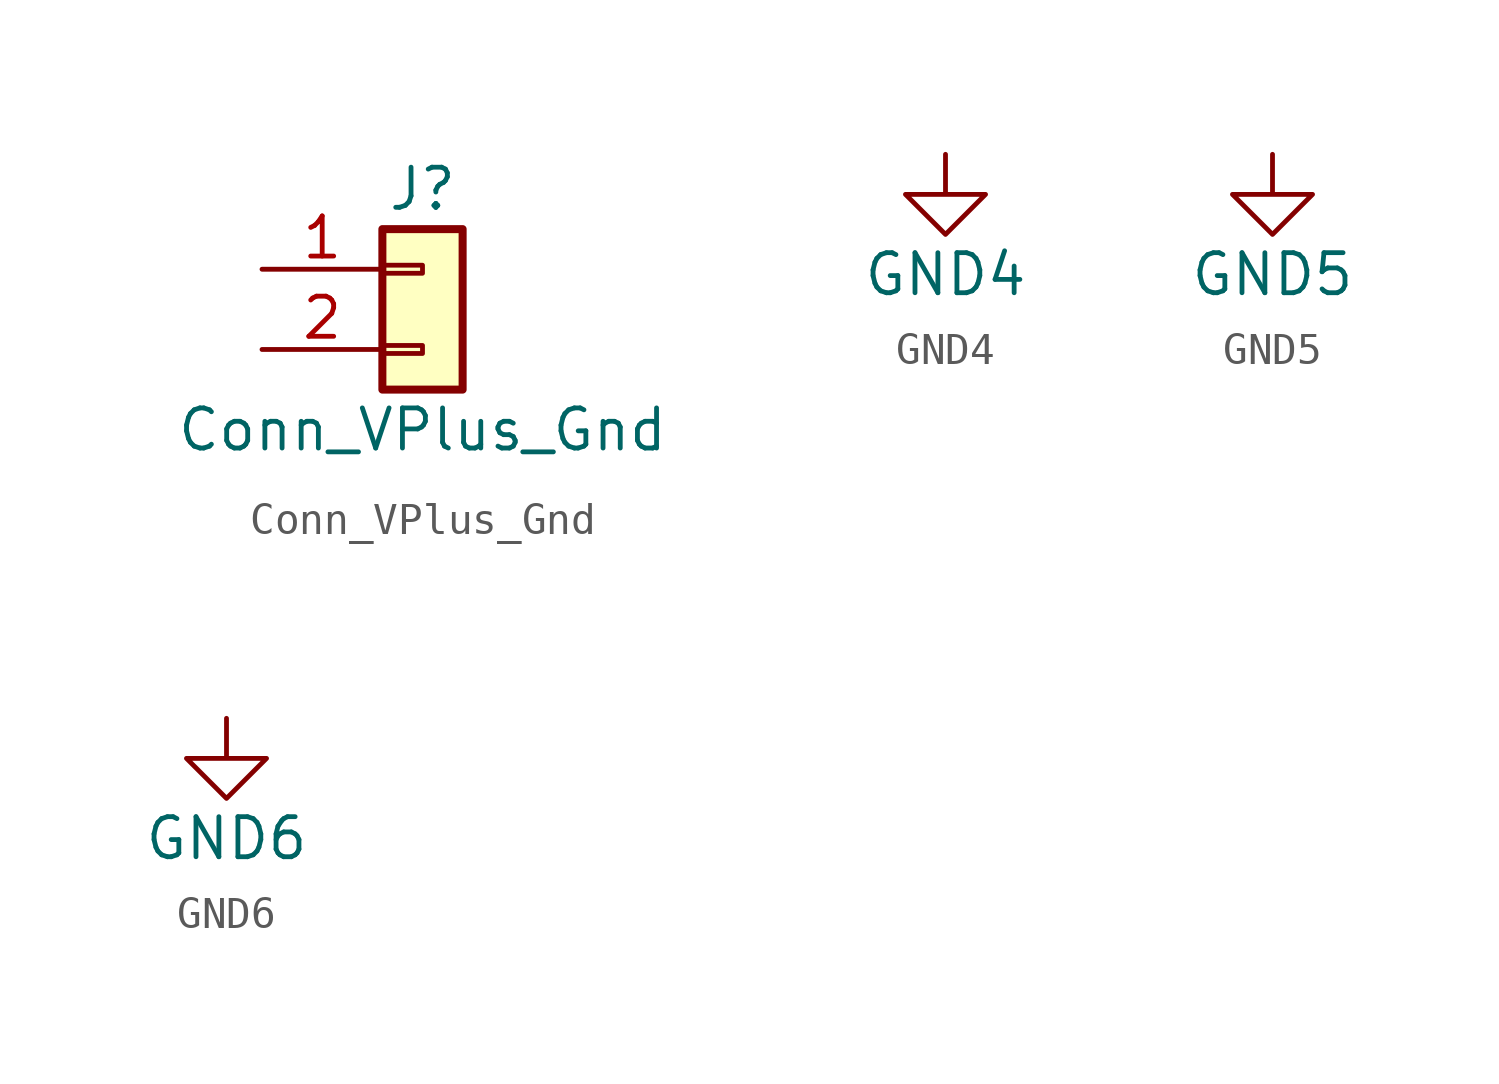
<source format=kicad_sym>
(kicad_symbol_lib
  (version 20220914)
  (generator kicad_symbol_editor)
  (symbol "Conn_VPlus_Gnd"
    (pin_names
      (offset 1.016) hide)
    (property "Reference" "J"
      (at 0 2.54 0)
      (effects (font (size 1.27 1.27))))
    (property "Value" "Conn_VPlus_Gnd"
      (at 0 -5.08 0)
      (effects (font (size 1.27 1.27))))
    (symbol "Conn_VPlus_Gnd_1_1"
      (rectangle (start -1.27 -2.413) (end 0 -2.667) (stroke (width 0.152) (type default)) (fill (type none)))
      (rectangle (start -1.27 0.127) (end 0 -0.127) (stroke (width 0.152) (type default)) (fill (type none)))
      (rectangle (start -1.27 1.27) (end 1.27 -3.81) (stroke (width 0.254) (type default)) (fill (type background)))
      (pin passive line (at -5.08 0 0) (length 3.81) (name "Pin_1" (effects (font (size 1.27 1.27)))) (number "1" (effects (font (size 1.27 1.27)))))
      (pin passive line (at -5.08 -2.54 0) (length 3.81) (name "Pin_2" (effects (font (size 1.27 1.27)))) (number "2" (effects (font (size 1.27 1.27)))))))
  (symbol "GND4"
    (power)
    (pin_names
      (offset 0))
    (property "Reference" "#PWR"
      (at 0 -6.35 0)
      (effects (font (size 1.27 1.27)) hide))
    (property "Value" "GND4"
      (at 0 -3.81 0)
      (effects (font (size 1.27 1.27))))
    (symbol "GND4_0_1"
      (polyline (pts (xy 0 0) (xy 0 -1.27) (xy 1.27 -1.27) (xy 0 -2.54) (xy -1.27 -1.27) (xy 0 -1.27)) (stroke (width 0) (type default)) (fill (type none))))
    (symbol "GND4_1_1"
      (pin power_in line (at 0 0 270) (length 0) hide (name "GND4" (effects (font (size 1.27 1.27)))) (number "1" (effects (font (size 1.27 1.27)))))))
  (symbol "GND5"
    (power)
    (pin_names
      (offset 0))
    (property "Reference" "#PWR"
      (at 0 -6.35 0)
      (effects (font (size 1.27 1.27)) hide))
    (property "Value" "GND5"
      (at 0 -3.81 0)
      (effects (font (size 1.27 1.27))))
    (symbol "GND5_0_1"
      (polyline (pts (xy 0 0) (xy 0 -1.27) (xy 1.27 -1.27) (xy 0 -2.54) (xy -1.27 -1.27) (xy 0 -1.27)) (stroke (width 0) (type default)) (fill (type none))))
    (symbol "GND5_1_1"
      (pin power_in line (at 0 0 270) (length 0) hide (name "GND5" (effects (font (size 1.27 1.27)))) (number "1" (effects (font (size 1.27 1.27)))))))
  (symbol "GND6"
    (power)
    (pin_names
      (offset 0))
    (property "Reference" "#PWR"
      (at 0 -6.35 0)
      (effects (font (size 1.27 1.27)) hide))
    (property "Value" "GND6"
      (at 0 -3.81 0)
      (effects (font (size 1.27 1.27))))
    (symbol "GND6_0_1"
      (polyline (pts (xy 0 0) (xy 0 -1.27) (xy 1.27 -1.27) (xy 0 -2.54) (xy -1.27 -1.27) (xy 0 -1.27)) (stroke (width 0) (type default)) (fill (type none))))
    (symbol "GND6_1_1"
      (pin power_in line (at 0 0 270) (length 0) hide (name "GND6" (effects (font (size 1.27 1.27)))) (number "1" (effects (font (size 1.27 1.27))))))))
</source>
